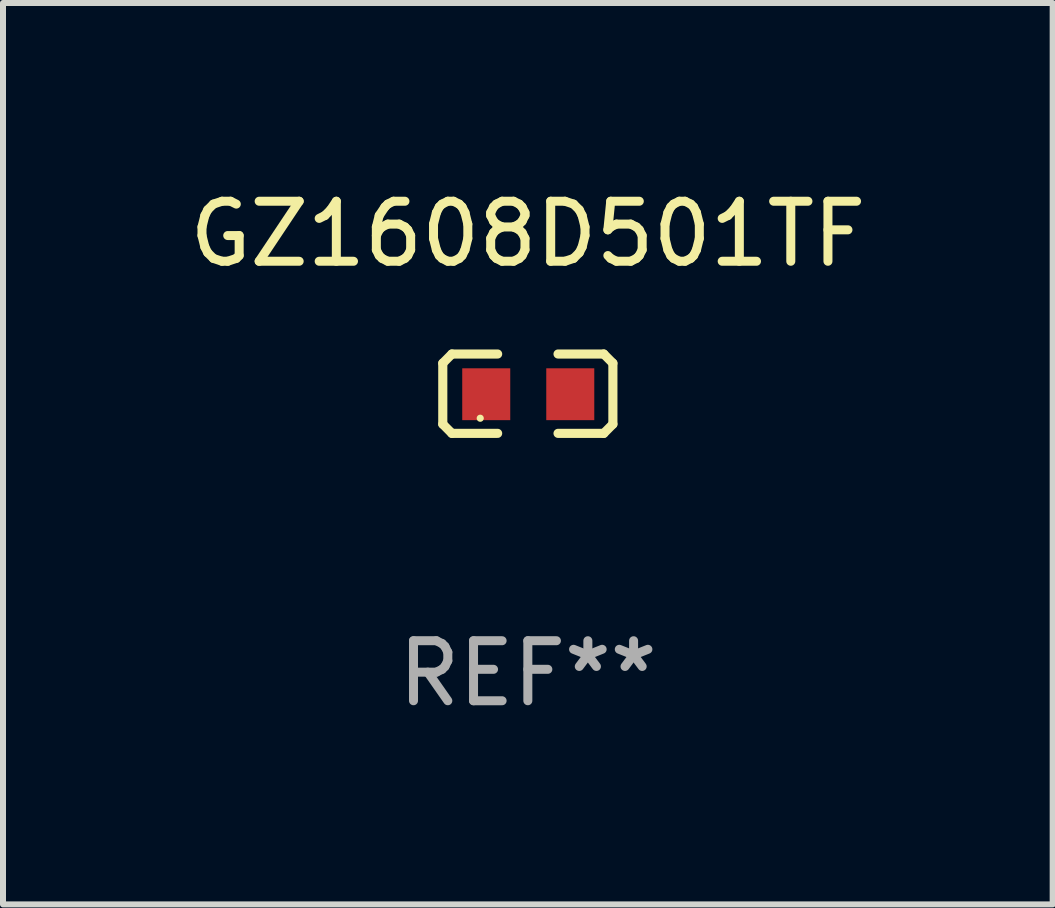
<source format=kicad_pcb>
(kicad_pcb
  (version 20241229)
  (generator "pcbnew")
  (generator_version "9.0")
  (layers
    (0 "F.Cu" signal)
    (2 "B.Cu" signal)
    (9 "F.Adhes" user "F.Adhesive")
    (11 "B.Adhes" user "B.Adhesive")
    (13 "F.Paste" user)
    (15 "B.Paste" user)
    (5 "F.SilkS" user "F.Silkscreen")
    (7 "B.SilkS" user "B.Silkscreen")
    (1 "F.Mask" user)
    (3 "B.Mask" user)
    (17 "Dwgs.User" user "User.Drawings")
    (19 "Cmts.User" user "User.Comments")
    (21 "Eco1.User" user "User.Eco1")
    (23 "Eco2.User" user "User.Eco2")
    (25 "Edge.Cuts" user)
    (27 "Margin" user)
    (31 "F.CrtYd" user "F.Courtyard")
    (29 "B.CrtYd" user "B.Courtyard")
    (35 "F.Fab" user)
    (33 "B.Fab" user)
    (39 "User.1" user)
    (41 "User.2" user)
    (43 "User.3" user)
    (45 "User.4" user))
  (footprint "GZ1608D501TF"
    (layer "F.Cu")
    (at 5.744 3.509)
    (property "Reference" "GZ1608D501TF" (at 0 -2.661 0) (layer "F.SilkS") (effects (font (size 1 1) (thickness 0.15))))
    (attr through_hole)
    (fp_line (start -1.417 -0.508) (end -1.265 -0.661) (stroke (width 0.152) (type solid)) (layer "F.SilkS"))
    (fp_line (start -1.417 0.508) (end -1.417 -0.508) (stroke (width 0.152) (type solid)) (layer "F.SilkS"))
    (fp_line (start -1.265 -0.661) (end -0.503 -0.661) (stroke (width 0.152) (type solid)) (layer "F.SilkS"))
    (fp_line (start -1.265 0.661) (end -1.417 0.508) (stroke (width 0.152) (type solid)) (layer "F.SilkS"))
    (fp_line (start -1.265 0.661) (end -0.503 0.661) (stroke (width 0.152) (type solid)) (layer "F.SilkS"))
    (fp_line (start 1.265 -0.661) (end 0.503 -0.661) (stroke (width 0.152) (type solid)) (layer "F.SilkS"))
    (fp_line (start 1.265 -0.661) (end 1.417 -0.508) (stroke (width 0.152) (type solid)) (layer "F.SilkS"))
    (fp_line (start 1.265 0.661) (end 0.503 0.661) (stroke (width 0.152) (type solid)) (layer "F.SilkS"))
    (fp_line (start 1.417 -0.508) (end 1.417 0.508) (stroke (width 0.152) (type solid)) (layer "F.SilkS"))
    (fp_line (start 1.417 0.508) (end 1.265 0.661) (stroke (width 0.152) (type solid)) (layer "F.SilkS"))
    (fp_circle (center -0.793 0.409) (end -0.763 0.409) (stroke (width 0.06) (type solid)) (fill no) (layer "F.SilkS"))
    (fp_text user "REF**" (at 0 4.661 0) (layer "F.Fab") (effects (font (size 1 1) (thickness 0.15))))
    (pad "1" smd rect (at -0.693 0.009 180) (size 0.8 0.864) (layers "F.Cu" "F.Mask" "F.Paste"))
    (pad "2" smd rect (at 0.707 0.009 180) (size 0.8 0.864) (layers "F.Cu" "F.Mask" "F.Paste")))
  (gr_rect
    (start -3 -3)
    (end 14.488 12.018)
    (stroke (width 0.1) (type default))
    (fill no)
    (layer "Edge.Cuts")))
</source>
